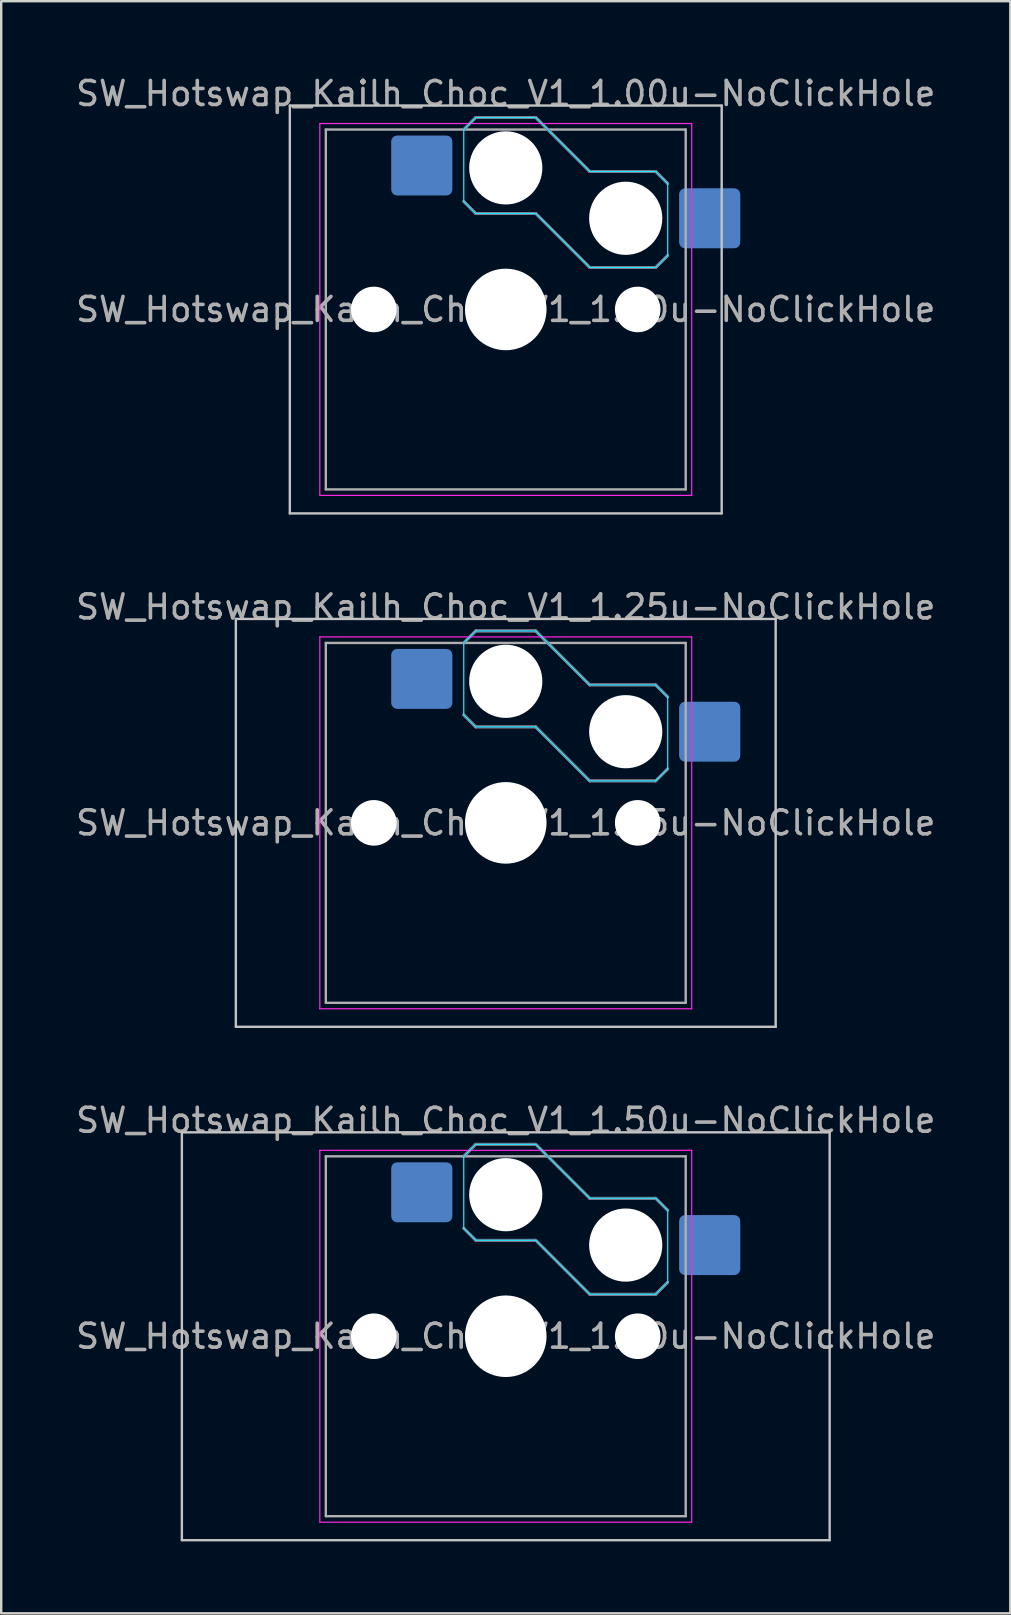
<source format=kicad_pcb>
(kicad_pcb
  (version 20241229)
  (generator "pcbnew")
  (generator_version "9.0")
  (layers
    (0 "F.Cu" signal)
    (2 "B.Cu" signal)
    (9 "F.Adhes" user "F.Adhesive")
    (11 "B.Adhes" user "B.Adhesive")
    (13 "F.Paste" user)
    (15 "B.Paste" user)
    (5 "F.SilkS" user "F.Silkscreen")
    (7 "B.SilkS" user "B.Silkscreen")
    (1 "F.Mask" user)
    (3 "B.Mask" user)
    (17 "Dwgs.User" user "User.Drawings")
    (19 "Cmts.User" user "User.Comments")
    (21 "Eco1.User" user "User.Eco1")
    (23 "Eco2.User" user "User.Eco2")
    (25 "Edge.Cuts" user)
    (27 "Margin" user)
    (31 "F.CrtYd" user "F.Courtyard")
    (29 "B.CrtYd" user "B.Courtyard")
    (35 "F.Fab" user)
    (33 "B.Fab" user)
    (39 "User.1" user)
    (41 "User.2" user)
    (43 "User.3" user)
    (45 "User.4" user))
  (footprint "SW_Hotswap_Kailh_Choc_V1_1.00u-NoClickHole"
    (layer "F.Cu")
    (at 18.03 9.848)
    (property "Reference" "SW_Hotswap_Kailh_Choc_V1_1.00u-NoClickHole" (at 0 -9 0) (layer "F.Fab") (effects (font (size 1 1) (thickness 0.15))))
    (attr smd)
    (fp_line (start -1.75 -7.5) (end -1.25 -8) (stroke (width 0.12) (type solid)) (layer "B.SilkS"))
    (fp_line (start -1.25 -8) (end 1.25 -8) (stroke (width 0.12) (type solid)) (layer "B.SilkS"))
    (fp_line (start -1.25 -4) (end -1.75 -4.5) (stroke (width 0.12) (type solid)) (layer "B.SilkS"))
    (fp_line (start 1.25 -8) (end 3.5 -5.75) (stroke (width 0.12) (type solid)) (layer "B.SilkS"))
    (fp_line (start 1.25 -4) (end -1.25 -4) (stroke (width 0.12) (type solid)) (layer "B.SilkS"))
    (fp_line (start 3.5 -5.75) (end 6.25 -5.75) (stroke (width 0.12) (type solid)) (layer "B.SilkS"))
    (fp_line (start 3.5 -1.75) (end 1.25 -4) (stroke (width 0.12) (type solid)) (layer "B.SilkS"))
    (fp_line (start 6.25 -5.75) (end 6.75 -5.25) (stroke (width 0.12) (type solid)) (layer "B.SilkS"))
    (fp_line (start 6.25 -1.75) (end 3.5 -1.75) (stroke (width 0.12) (type solid)) (layer "B.SilkS"))
    (fp_line (start 6.75 -2.25) (end 6.25 -1.75) (stroke (width 0.12) (type solid)) (layer "B.SilkS"))
    (fp_line (start -9 -8.5) (end -9 8.5) (stroke (width 0.1) (type solid)) (layer "Dwgs.User"))
    (fp_line (start -9 8.5) (end 9 8.5) (stroke (width 0.1) (type solid)) (layer "Dwgs.User"))
    (fp_line (start 9 -8.5) (end -9 -8.5) (stroke (width 0.1) (type solid)) (layer "Dwgs.User"))
    (fp_line (start 9 8.5) (end 9 -8.5) (stroke (width 0.1) (type solid)) (layer "Dwgs.User"))
    (fp_line (start -7.25 -7.25) (end -7.25 7.25) (stroke (width 0.1) (type solid)) (layer "Eco1.User"))
    (fp_line (start -7.25 7.25) (end 7.25 7.25) (stroke (width 0.1) (type solid)) (layer "Eco1.User"))
    (fp_line (start 7.25 -7.25) (end -7.25 -7.25) (stroke (width 0.1) (type solid)) (layer "Eco1.User"))
    (fp_line (start 7.25 7.25) (end 7.25 -7.25) (stroke (width 0.1) (type solid)) (layer "Eco1.User"))
    (fp_line (start -1.75 -7.5) (end -1.25 -8) (stroke (width 0.05) (type solid)) (layer "B.CrtYd"))
    (fp_line (start -1.75 -4.5) (end -1.75 -7.5) (stroke (width 0.05) (type solid)) (layer "B.CrtYd"))
    (fp_line (start -1.25 -8) (end 1.25 -8) (stroke (width 0.05) (type solid)) (layer "B.CrtYd"))
    (fp_line (start -1.25 -4) (end -1.75 -4.5) (stroke (width 0.05) (type solid)) (layer "B.CrtYd"))
    (fp_line (start 1.25 -8) (end 3.5 -5.75) (stroke (width 0.05) (type solid)) (layer "B.CrtYd"))
    (fp_line (start 1.25 -4) (end -1.25 -4) (stroke (width 0.05) (type solid)) (layer "B.CrtYd"))
    (fp_line (start 3.5 -5.75) (end 6.25 -5.75) (stroke (width 0.05) (type solid)) (layer "B.CrtYd"))
    (fp_line (start 3.5 -1.75) (end 1.25 -4) (stroke (width 0.05) (type solid)) (layer "B.CrtYd"))
    (fp_line (start 6.25 -5.75) (end 6.75 -5.25) (stroke (width 0.05) (type solid)) (layer "B.CrtYd"))
    (fp_line (start 6.25 -1.75) (end 3.5 -1.75) (stroke (width 0.05) (type solid)) (layer "B.CrtYd"))
    (fp_line (start 6.75 -5.25) (end 6.75 -2.25) (stroke (width 0.05) (type solid)) (layer "B.CrtYd"))
    (fp_line (start 6.75 -2.25) (end 6.25 -1.75) (stroke (width 0.05) (type solid)) (layer "B.CrtYd"))
    (fp_line (start -7.75 -7.75) (end -7.75 7.75) (stroke (width 0.05) (type solid)) (layer "F.CrtYd"))
    (fp_line (start -7.75 7.75) (end 7.75 7.75) (stroke (width 0.05) (type solid)) (layer "F.CrtYd"))
    (fp_line (start 7.75 -7.75) (end -7.75 -7.75) (stroke (width 0.05) (type solid)) (layer "F.CrtYd"))
    (fp_line (start 7.75 7.75) (end 7.75 -7.75) (stroke (width 0.05) (type solid)) (layer "F.CrtYd"))
    (fp_line (start -1.75 -7.5) (end -1.25 -8) (stroke (width 0.1) (type solid)) (layer "B.Fab"))
    (fp_line (start -1.25 -8) (end 1.25 -8) (stroke (width 0.1) (type solid)) (layer "B.Fab"))
    (fp_line (start -1.25 -4) (end -1.75 -4.5) (stroke (width 0.1) (type solid)) (layer "B.Fab"))
    (fp_line (start 1.25 -8) (end 3.5 -5.75) (stroke (width 0.1) (type solid)) (layer "B.Fab"))
    (fp_line (start 1.25 -4) (end -1.25 -4) (stroke (width 0.1) (type solid)) (layer "B.Fab"))
    (fp_line (start 3.5 -5.75) (end 6.25 -5.75) (stroke (width 0.1) (type solid)) (layer "B.Fab"))
    (fp_line (start 3.5 -1.75) (end 1.25 -4) (stroke (width 0.1) (type solid)) (layer "B.Fab"))
    (fp_line (start 6.25 -5.75) (end 6.75 -5.25) (stroke (width 0.1) (type solid)) (layer "B.Fab"))
    (fp_line (start 6.25 -1.75) (end 3.5 -1.75) (stroke (width 0.1) (type solid)) (layer "B.Fab"))
    (fp_line (start 6.75 -2.25) (end 6.25 -1.75) (stroke (width 0.1) (type solid)) (layer "B.Fab"))
    (fp_line (start -7.5 -7.5) (end -7.5 7.5) (stroke (width 0.1) (type solid)) (layer "F.Fab"))
    (fp_line (start -7.5 7.5) (end 7.5 7.5) (stroke (width 0.1) (type solid)) (layer "F.Fab"))
    (fp_line (start 7.5 -7.5) (end -7.5 -7.5) (stroke (width 0.1) (type solid)) (layer "F.Fab"))
    (fp_line (start 7.5 7.5) (end 7.5 -7.5) (stroke (width 0.1) (type solid)) (layer "F.Fab"))
    (fp_text user "${REFERENCE}" (at 0 0 0) (layer "F.Fab") (effects (font (size 1 1) (thickness 0.15))))
    (pad "" np_thru_hole circle (at -5.5 0) (size 1.9 1.9) (drill 1.9) (layers "*.Cu" "*.Mask"))
    (pad "" np_thru_hole circle (at 0 -5.9) (size 3.05 3.05) (drill 3.05) (layers "*.Cu" "*.Mask"))
    (pad "" np_thru_hole circle (at 0 0) (size 3.4 3.4) (drill 3.4) (layers "*.Cu" "*.Mask"))
    (pad "" np_thru_hole circle (at 5 -3.8) (size 3.05 3.05) (drill 3.05) (layers "*.Cu" "*.Mask"))
    (pad "" np_thru_hole circle (at 5.5 0) (size 1.9 1.9) (drill 1.9) (layers "*.Cu" "*.Mask"))
    (pad "1" smd roundrect (at -3.5 -6) (size 2.55 2.5) (layers "B.Cu" "B.Mask" "B.Paste") (roundrect_rratio 0.1))
    (pad "2" smd roundrect (at 8.5 -3.8) (size 2.55 2.5) (layers "B.Cu" "B.Mask" "B.Paste") (roundrect_rratio 0.1)))
  (footprint "SW_Hotswap_Kailh_Choc_V1_1.50u-NoClickHole"
    (layer "F.Cu")
    (at 18.03 52.645)
    (property "Reference" "SW_Hotswap_Kailh_Choc_V1_1.50u-NoClickHole" (at 0 -9 0) (layer "F.Fab") (effects (font (size 1 1) (thickness 0.15))))
    (attr smd)
    (fp_line (start -1.75 -7.5) (end -1.25 -8) (stroke (width 0.12) (type solid)) (layer "B.SilkS"))
    (fp_line (start -1.25 -8) (end 1.25 -8) (stroke (width 0.12) (type solid)) (layer "B.SilkS"))
    (fp_line (start -1.25 -4) (end -1.75 -4.5) (stroke (width 0.12) (type solid)) (layer "B.SilkS"))
    (fp_line (start 1.25 -8) (end 3.5 -5.75) (stroke (width 0.12) (type solid)) (layer "B.SilkS"))
    (fp_line (start 1.25 -4) (end -1.25 -4) (stroke (width 0.12) (type solid)) (layer "B.SilkS"))
    (fp_line (start 3.5 -5.75) (end 6.25 -5.75) (stroke (width 0.12) (type solid)) (layer "B.SilkS"))
    (fp_line (start 3.5 -1.75) (end 1.25 -4) (stroke (width 0.12) (type solid)) (layer "B.SilkS"))
    (fp_line (start 6.25 -5.75) (end 6.75 -5.25) (stroke (width 0.12) (type solid)) (layer "B.SilkS"))
    (fp_line (start 6.25 -1.75) (end 3.5 -1.75) (stroke (width 0.12) (type solid)) (layer "B.SilkS"))
    (fp_line (start 6.75 -2.25) (end 6.25 -1.75) (stroke (width 0.12) (type solid)) (layer "B.SilkS"))
    (fp_line (start -13.5 -8.5) (end -13.5 8.5) (stroke (width 0.1) (type solid)) (layer "Dwgs.User"))
    (fp_line (start -13.5 8.5) (end 13.5 8.5) (stroke (width 0.1) (type solid)) (layer "Dwgs.User"))
    (fp_line (start 13.5 -8.5) (end -13.5 -8.5) (stroke (width 0.1) (type solid)) (layer "Dwgs.User"))
    (fp_line (start 13.5 8.5) (end 13.5 -8.5) (stroke (width 0.1) (type solid)) (layer "Dwgs.User"))
    (fp_line (start -7.25 -7.25) (end -7.25 7.25) (stroke (width 0.1) (type solid)) (layer "Eco1.User"))
    (fp_line (start -7.25 7.25) (end 7.25 7.25) (stroke (width 0.1) (type solid)) (layer "Eco1.User"))
    (fp_line (start 7.25 -7.25) (end -7.25 -7.25) (stroke (width 0.1) (type solid)) (layer "Eco1.User"))
    (fp_line (start 7.25 7.25) (end 7.25 -7.25) (stroke (width 0.1) (type solid)) (layer "Eco1.User"))
    (fp_line (start -1.75 -7.5) (end -1.25 -8) (stroke (width 0.05) (type solid)) (layer "B.CrtYd"))
    (fp_line (start -1.75 -4.5) (end -1.75 -7.5) (stroke (width 0.05) (type solid)) (layer "B.CrtYd"))
    (fp_line (start -1.25 -8) (end 1.25 -8) (stroke (width 0.05) (type solid)) (layer "B.CrtYd"))
    (fp_line (start -1.25 -4) (end -1.75 -4.5) (stroke (width 0.05) (type solid)) (layer "B.CrtYd"))
    (fp_line (start 1.25 -8) (end 3.5 -5.75) (stroke (width 0.05) (type solid)) (layer "B.CrtYd"))
    (fp_line (start 1.25 -4) (end -1.25 -4) (stroke (width 0.05) (type solid)) (layer "B.CrtYd"))
    (fp_line (start 3.5 -5.75) (end 6.25 -5.75) (stroke (width 0.05) (type solid)) (layer "B.CrtYd"))
    (fp_line (start 3.5 -1.75) (end 1.25 -4) (stroke (width 0.05) (type solid)) (layer "B.CrtYd"))
    (fp_line (start 6.25 -5.75) (end 6.75 -5.25) (stroke (width 0.05) (type solid)) (layer "B.CrtYd"))
    (fp_line (start 6.25 -1.75) (end 3.5 -1.75) (stroke (width 0.05) (type solid)) (layer "B.CrtYd"))
    (fp_line (start 6.75 -5.25) (end 6.75 -2.25) (stroke (width 0.05) (type solid)) (layer "B.CrtYd"))
    (fp_line (start 6.75 -2.25) (end 6.25 -1.75) (stroke (width 0.05) (type solid)) (layer "B.CrtYd"))
    (fp_line (start -7.75 -7.75) (end -7.75 7.75) (stroke (width 0.05) (type solid)) (layer "F.CrtYd"))
    (fp_line (start -7.75 7.75) (end 7.75 7.75) (stroke (width 0.05) (type solid)) (layer "F.CrtYd"))
    (fp_line (start 7.75 -7.75) (end -7.75 -7.75) (stroke (width 0.05) (type solid)) (layer "F.CrtYd"))
    (fp_line (start 7.75 7.75) (end 7.75 -7.75) (stroke (width 0.05) (type solid)) (layer "F.CrtYd"))
    (fp_line (start -1.75 -7.5) (end -1.25 -8) (stroke (width 0.1) (type solid)) (layer "B.Fab"))
    (fp_line (start -1.25 -8) (end 1.25 -8) (stroke (width 0.1) (type solid)) (layer "B.Fab"))
    (fp_line (start -1.25 -4) (end -1.75 -4.5) (stroke (width 0.1) (type solid)) (layer "B.Fab"))
    (fp_line (start 1.25 -8) (end 3.5 -5.75) (stroke (width 0.1) (type solid)) (layer "B.Fab"))
    (fp_line (start 1.25 -4) (end -1.25 -4) (stroke (width 0.1) (type solid)) (layer "B.Fab"))
    (fp_line (start 3.5 -5.75) (end 6.25 -5.75) (stroke (width 0.1) (type solid)) (layer "B.Fab"))
    (fp_line (start 3.5 -1.75) (end 1.25 -4) (stroke (width 0.1) (type solid)) (layer "B.Fab"))
    (fp_line (start 6.25 -5.75) (end 6.75 -5.25) (stroke (width 0.1) (type solid)) (layer "B.Fab"))
    (fp_line (start 6.25 -1.75) (end 3.5 -1.75) (stroke (width 0.1) (type solid)) (layer "B.Fab"))
    (fp_line (start 6.75 -2.25) (end 6.25 -1.75) (stroke (width 0.1) (type solid)) (layer "B.Fab"))
    (fp_line (start -7.5 -7.5) (end -7.5 7.5) (stroke (width 0.1) (type solid)) (layer "F.Fab"))
    (fp_line (start -7.5 7.5) (end 7.5 7.5) (stroke (width 0.1) (type solid)) (layer "F.Fab"))
    (fp_line (start 7.5 -7.5) (end -7.5 -7.5) (stroke (width 0.1) (type solid)) (layer "F.Fab"))
    (fp_line (start 7.5 7.5) (end 7.5 -7.5) (stroke (width 0.1) (type solid)) (layer "F.Fab"))
    (fp_text user "${REFERENCE}" (at 0 0 0) (layer "F.Fab") (effects (font (size 1 1) (thickness 0.15))))
    (pad "" np_thru_hole circle (at -5.5 0) (size 1.9 1.9) (drill 1.9) (layers "*.Cu" "*.Mask"))
    (pad "" np_thru_hole circle (at 0 -5.9) (size 3.05 3.05) (drill 3.05) (layers "*.Cu" "*.Mask"))
    (pad "" np_thru_hole circle (at 0 0) (size 3.4 3.4) (drill 3.4) (layers "*.Cu" "*.Mask"))
    (pad "" np_thru_hole circle (at 5 -3.8) (size 3.05 3.05) (drill 3.05) (layers "*.Cu" "*.Mask"))
    (pad "" np_thru_hole circle (at 5.5 0) (size 1.9 1.9) (drill 1.9) (layers "*.Cu" "*.Mask"))
    (pad "1" smd roundrect (at -3.5 -6) (size 2.55 2.5) (layers "B.Cu" "B.Mask" "B.Paste") (roundrect_rratio 0.1))
    (pad "2" smd roundrect (at 8.5 -3.8) (size 2.55 2.5) (layers "B.Cu" "B.Mask" "B.Paste") (roundrect_rratio 0.1)))
  (footprint "SW_Hotswap_Kailh_Choc_V1_1.25u-NoClickHole"
    (layer "F.Cu")
    (at 18.03 31.247)
    (property "Reference" "SW_Hotswap_Kailh_Choc_V1_1.25u-NoClickHole" (at 0 -9 0) (layer "F.Fab") (effects (font (size 1 1) (thickness 0.15))))
    (attr smd)
    (fp_line (start -1.75 -7.5) (end -1.25 -8) (stroke (width 0.12) (type solid)) (layer "B.SilkS"))
    (fp_line (start -1.25 -8) (end 1.25 -8) (stroke (width 0.12) (type solid)) (layer "B.SilkS"))
    (fp_line (start -1.25 -4) (end -1.75 -4.5) (stroke (width 0.12) (type solid)) (layer "B.SilkS"))
    (fp_line (start 1.25 -8) (end 3.5 -5.75) (stroke (width 0.12) (type solid)) (layer "B.SilkS"))
    (fp_line (start 1.25 -4) (end -1.25 -4) (stroke (width 0.12) (type solid)) (layer "B.SilkS"))
    (fp_line (start 3.5 -5.75) (end 6.25 -5.75) (stroke (width 0.12) (type solid)) (layer "B.SilkS"))
    (fp_line (start 3.5 -1.75) (end 1.25 -4) (stroke (width 0.12) (type solid)) (layer "B.SilkS"))
    (fp_line (start 6.25 -5.75) (end 6.75 -5.25) (stroke (width 0.12) (type solid)) (layer "B.SilkS"))
    (fp_line (start 6.25 -1.75) (end 3.5 -1.75) (stroke (width 0.12) (type solid)) (layer "B.SilkS"))
    (fp_line (start 6.75 -2.25) (end 6.25 -1.75) (stroke (width 0.12) (type solid)) (layer "B.SilkS"))
    (fp_line (start -11.25 -8.5) (end -11.25 8.5) (stroke (width 0.1) (type solid)) (layer "Dwgs.User"))
    (fp_line (start -11.25 8.5) (end 11.25 8.5) (stroke (width 0.1) (type solid)) (layer "Dwgs.User"))
    (fp_line (start 11.25 -8.5) (end -11.25 -8.5) (stroke (width 0.1) (type solid)) (layer "Dwgs.User"))
    (fp_line (start 11.25 8.5) (end 11.25 -8.5) (stroke (width 0.1) (type solid)) (layer "Dwgs.User"))
    (fp_line (start -7.25 -7.25) (end -7.25 7.25) (stroke (width 0.1) (type solid)) (layer "Eco1.User"))
    (fp_line (start -7.25 7.25) (end 7.25 7.25) (stroke (width 0.1) (type solid)) (layer "Eco1.User"))
    (fp_line (start 7.25 -7.25) (end -7.25 -7.25) (stroke (width 0.1) (type solid)) (layer "Eco1.User"))
    (fp_line (start 7.25 7.25) (end 7.25 -7.25) (stroke (width 0.1) (type solid)) (layer "Eco1.User"))
    (fp_line (start -1.75 -7.5) (end -1.25 -8) (stroke (width 0.05) (type solid)) (layer "B.CrtYd"))
    (fp_line (start -1.75 -4.5) (end -1.75 -7.5) (stroke (width 0.05) (type solid)) (layer "B.CrtYd"))
    (fp_line (start -1.25 -8) (end 1.25 -8) (stroke (width 0.05) (type solid)) (layer "B.CrtYd"))
    (fp_line (start -1.25 -4) (end -1.75 -4.5) (stroke (width 0.05) (type solid)) (layer "B.CrtYd"))
    (fp_line (start 1.25 -8) (end 3.5 -5.75) (stroke (width 0.05) (type solid)) (layer "B.CrtYd"))
    (fp_line (start 1.25 -4) (end -1.25 -4) (stroke (width 0.05) (type solid)) (layer "B.CrtYd"))
    (fp_line (start 3.5 -5.75) (end 6.25 -5.75) (stroke (width 0.05) (type solid)) (layer "B.CrtYd"))
    (fp_line (start 3.5 -1.75) (end 1.25 -4) (stroke (width 0.05) (type solid)) (layer "B.CrtYd"))
    (fp_line (start 6.25 -5.75) (end 6.75 -5.25) (stroke (width 0.05) (type solid)) (layer "B.CrtYd"))
    (fp_line (start 6.25 -1.75) (end 3.5 -1.75) (stroke (width 0.05) (type solid)) (layer "B.CrtYd"))
    (fp_line (start 6.75 -5.25) (end 6.75 -2.25) (stroke (width 0.05) (type solid)) (layer "B.CrtYd"))
    (fp_line (start 6.75 -2.25) (end 6.25 -1.75) (stroke (width 0.05) (type solid)) (layer "B.CrtYd"))
    (fp_line (start -7.75 -7.75) (end -7.75 7.75) (stroke (width 0.05) (type solid)) (layer "F.CrtYd"))
    (fp_line (start -7.75 7.75) (end 7.75 7.75) (stroke (width 0.05) (type solid)) (layer "F.CrtYd"))
    (fp_line (start 7.75 -7.75) (end -7.75 -7.75) (stroke (width 0.05) (type solid)) (layer "F.CrtYd"))
    (fp_line (start 7.75 7.75) (end 7.75 -7.75) (stroke (width 0.05) (type solid)) (layer "F.CrtYd"))
    (fp_line (start -1.75 -7.5) (end -1.25 -8) (stroke (width 0.1) (type solid)) (layer "B.Fab"))
    (fp_line (start -1.25 -8) (end 1.25 -8) (stroke (width 0.1) (type solid)) (layer "B.Fab"))
    (fp_line (start -1.25 -4) (end -1.75 -4.5) (stroke (width 0.1) (type solid)) (layer "B.Fab"))
    (fp_line (start 1.25 -8) (end 3.5 -5.75) (stroke (width 0.1) (type solid)) (layer "B.Fab"))
    (fp_line (start 1.25 -4) (end -1.25 -4) (stroke (width 0.1) (type solid)) (layer "B.Fab"))
    (fp_line (start 3.5 -5.75) (end 6.25 -5.75) (stroke (width 0.1) (type solid)) (layer "B.Fab"))
    (fp_line (start 3.5 -1.75) (end 1.25 -4) (stroke (width 0.1) (type solid)) (layer "B.Fab"))
    (fp_line (start 6.25 -5.75) (end 6.75 -5.25) (stroke (width 0.1) (type solid)) (layer "B.Fab"))
    (fp_line (start 6.25 -1.75) (end 3.5 -1.75) (stroke (width 0.1) (type solid)) (layer "B.Fab"))
    (fp_line (start 6.75 -2.25) (end 6.25 -1.75) (stroke (width 0.1) (type solid)) (layer "B.Fab"))
    (fp_line (start -7.5 -7.5) (end -7.5 7.5) (stroke (width 0.1) (type solid)) (layer "F.Fab"))
    (fp_line (start -7.5 7.5) (end 7.5 7.5) (stroke (width 0.1) (type solid)) (layer "F.Fab"))
    (fp_line (start 7.5 -7.5) (end -7.5 -7.5) (stroke (width 0.1) (type solid)) (layer "F.Fab"))
    (fp_line (start 7.5 7.5) (end 7.5 -7.5) (stroke (width 0.1) (type solid)) (layer "F.Fab"))
    (fp_text user "${REFERENCE}" (at 0 0 0) (layer "F.Fab") (effects (font (size 1 1) (thickness 0.15))))
    (pad "" np_thru_hole circle (at -5.5 0) (size 1.9 1.9) (drill 1.9) (layers "*.Cu" "*.Mask"))
    (pad "" np_thru_hole circle (at 0 -5.9) (size 3.05 3.05) (drill 3.05) (layers "*.Cu" "*.Mask"))
    (pad "" np_thru_hole circle (at 0 0) (size 3.4 3.4) (drill 3.4) (layers "*.Cu" "*.Mask"))
    (pad "" np_thru_hole circle (at 5 -3.8) (size 3.05 3.05) (drill 3.05) (layers "*.Cu" "*.Mask"))
    (pad "" np_thru_hole circle (at 5.5 0) (size 1.9 1.9) (drill 1.9) (layers "*.Cu" "*.Mask"))
    (pad "1" smd roundrect (at -3.5 -6) (size 2.55 2.5) (layers "B.Cu" "B.Mask" "B.Paste") (roundrect_rratio 0.1))
    (pad "2" smd roundrect (at 8.5 -3.8) (size 2.55 2.5) (layers "B.Cu" "B.Mask" "B.Paste") (roundrect_rratio 0.1)))
  (gr_rect
    (start -3 -3)
    (end 39.06 64.195)
    (stroke (width 0.1) (type default))
    (fill no)
    (layer "Edge.Cuts")))
</source>
